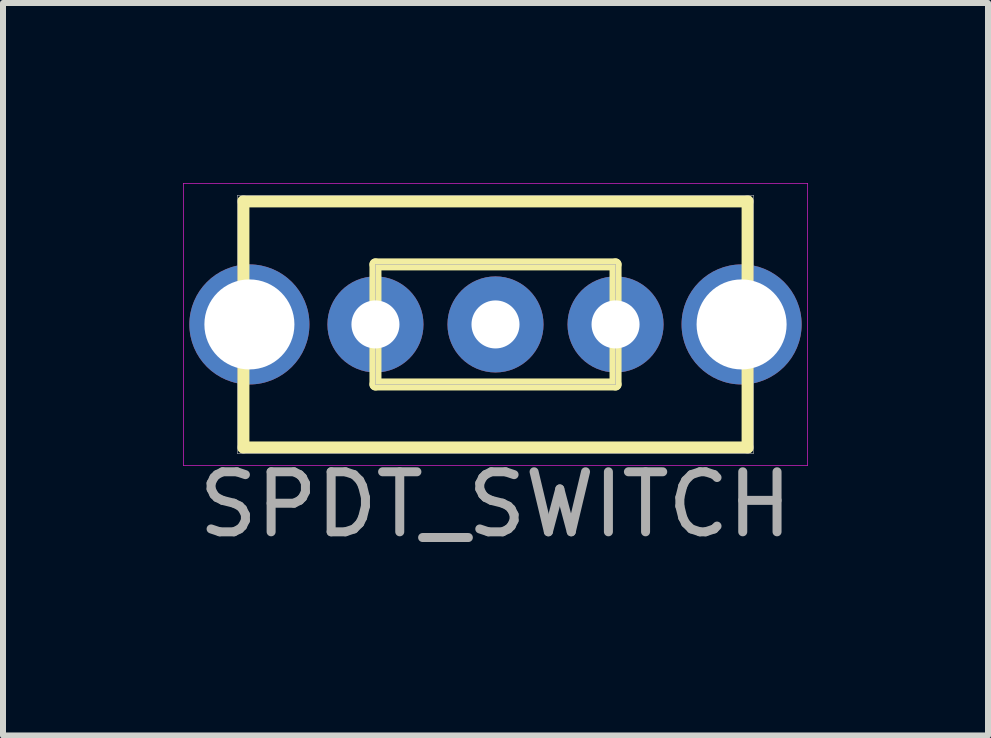
<source format=kicad_pcb>
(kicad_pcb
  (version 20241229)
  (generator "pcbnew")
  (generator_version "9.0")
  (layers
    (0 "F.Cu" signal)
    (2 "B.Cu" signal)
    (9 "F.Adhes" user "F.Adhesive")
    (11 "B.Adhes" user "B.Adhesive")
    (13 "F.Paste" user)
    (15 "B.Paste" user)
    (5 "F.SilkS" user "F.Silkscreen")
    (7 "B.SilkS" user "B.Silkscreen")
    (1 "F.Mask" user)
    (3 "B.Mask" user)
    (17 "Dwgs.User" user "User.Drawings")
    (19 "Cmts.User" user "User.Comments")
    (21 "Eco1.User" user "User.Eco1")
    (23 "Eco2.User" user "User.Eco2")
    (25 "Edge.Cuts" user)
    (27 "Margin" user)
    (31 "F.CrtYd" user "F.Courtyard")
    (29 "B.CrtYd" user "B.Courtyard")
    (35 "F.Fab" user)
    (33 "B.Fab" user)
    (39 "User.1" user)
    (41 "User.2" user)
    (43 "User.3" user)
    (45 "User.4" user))
  (footprint "SPDT_SWITCH"
    (layer "F.Cu")
    (at 5.205 2.355)
    (property "Reference" "SPDT_SWITCH" (at 0 3 0) (layer "F.Fab") (effects (font (size 1 1) (thickness 0.15))))
    (attr through_hole)
    (fp_line (start -4.2 -2.05) (end 4.2 -2.05) (stroke (width 0.2) (type solid)) (layer "F.SilkS"))
    (fp_line (start -4.2 2.05) (end -4.2 -2.05) (stroke (width 0.2) (type solid)) (layer "F.SilkS"))
    (fp_line (start -2 -1) (end 2 -1) (stroke (width 0.2) (type solid)) (layer "F.SilkS"))
    (fp_line (start -2 1) (end -2 -1) (stroke (width 0.2) (type solid)) (layer "F.SilkS"))
    (fp_line (start 2 -1) (end 2 1) (stroke (width 0.2) (type solid)) (layer "F.SilkS"))
    (fp_line (start 2 1) (end -2 1) (stroke (width 0.2) (type solid)) (layer "F.SilkS"))
    (fp_line (start 4.2 -2.05) (end 4.2 2.05) (stroke (width 0.2) (type solid)) (layer "F.SilkS"))
    (fp_line (start 4.2 2.05) (end -4.2 2.05) (stroke (width 0.2) (type solid)) (layer "F.SilkS"))
    (fp_line (start -5.2 -2.35) (end 5.2 -2.35) (stroke (width 0.01) (type solid)) (layer "F.CrtYd"))
    (fp_line (start -5.2 2.35) (end -5.2 -2.35) (stroke (width 0.01) (type solid)) (layer "F.CrtYd"))
    (fp_line (start 5.2 -2.35) (end 5.2 2.35) (stroke (width 0.01) (type solid)) (layer "F.CrtYd"))
    (fp_line (start 5.2 2.35) (end -5.2 2.35) (stroke (width 0.01) (type solid)) (layer "F.CrtYd"))
    (fp_line (start -4.3 -2.15) (end -4.3 2.15) (stroke (width 0.01) (type solid)) (layer "F.Fab"))
    (fp_line (start -4.3 2.15) (end 4.3 2.15) (stroke (width 0.01) (type solid)) (layer "F.Fab"))
    (fp_line (start -2 -1) (end -2 1) (stroke (width 0.01) (type solid)) (layer "F.Fab"))
    (fp_line (start -2 1) (end 2 1) (stroke (width 0.01) (type solid)) (layer "F.Fab"))
    (fp_line (start 2 -1) (end -2 -1) (stroke (width 0.01) (type solid)) (layer "F.Fab"))
    (fp_line (start 2 1) (end 2 -1) (stroke (width 0.01) (type solid)) (layer "F.Fab"))
    (fp_line (start 4.3 -2.15) (end -4.3 -2.15) (stroke (width 0.01) (type solid)) (layer "F.Fab"))
    (fp_line (start 4.3 2.15) (end 4.3 -2.15) (stroke (width 0.01) (type solid)) (layer "F.Fab"))
    (pad "" thru_hole circle (at -4.1 0) (size 2 2) (drill 1.5) (layers "*.Cu" "*.Mask"))
    (pad "" thru_hole circle (at 4.1 0) (size 2 2) (drill 1.5) (layers "*.Cu" "*.Mask"))
    (pad "1" thru_hole circle (at -2 0) (size 1.6 1.6) (drill 0.8) (layers "*.Cu" "*.Mask"))
    (pad "2" thru_hole circle (at 0 0) (size 1.6 1.6) (drill 0.8) (layers "*.Cu" "*.Mask"))
    (pad "3" thru_hole circle (at 2 0) (size 1.6 1.6) (drill 0.8) (layers "*.Cu" "*.Mask")))
  (gr_rect
    (start -3 -3)
    (end 13.41 9.203)
    (stroke (width 0.1) (type default))
    (fill no)
    (layer "Edge.Cuts")))
</source>
